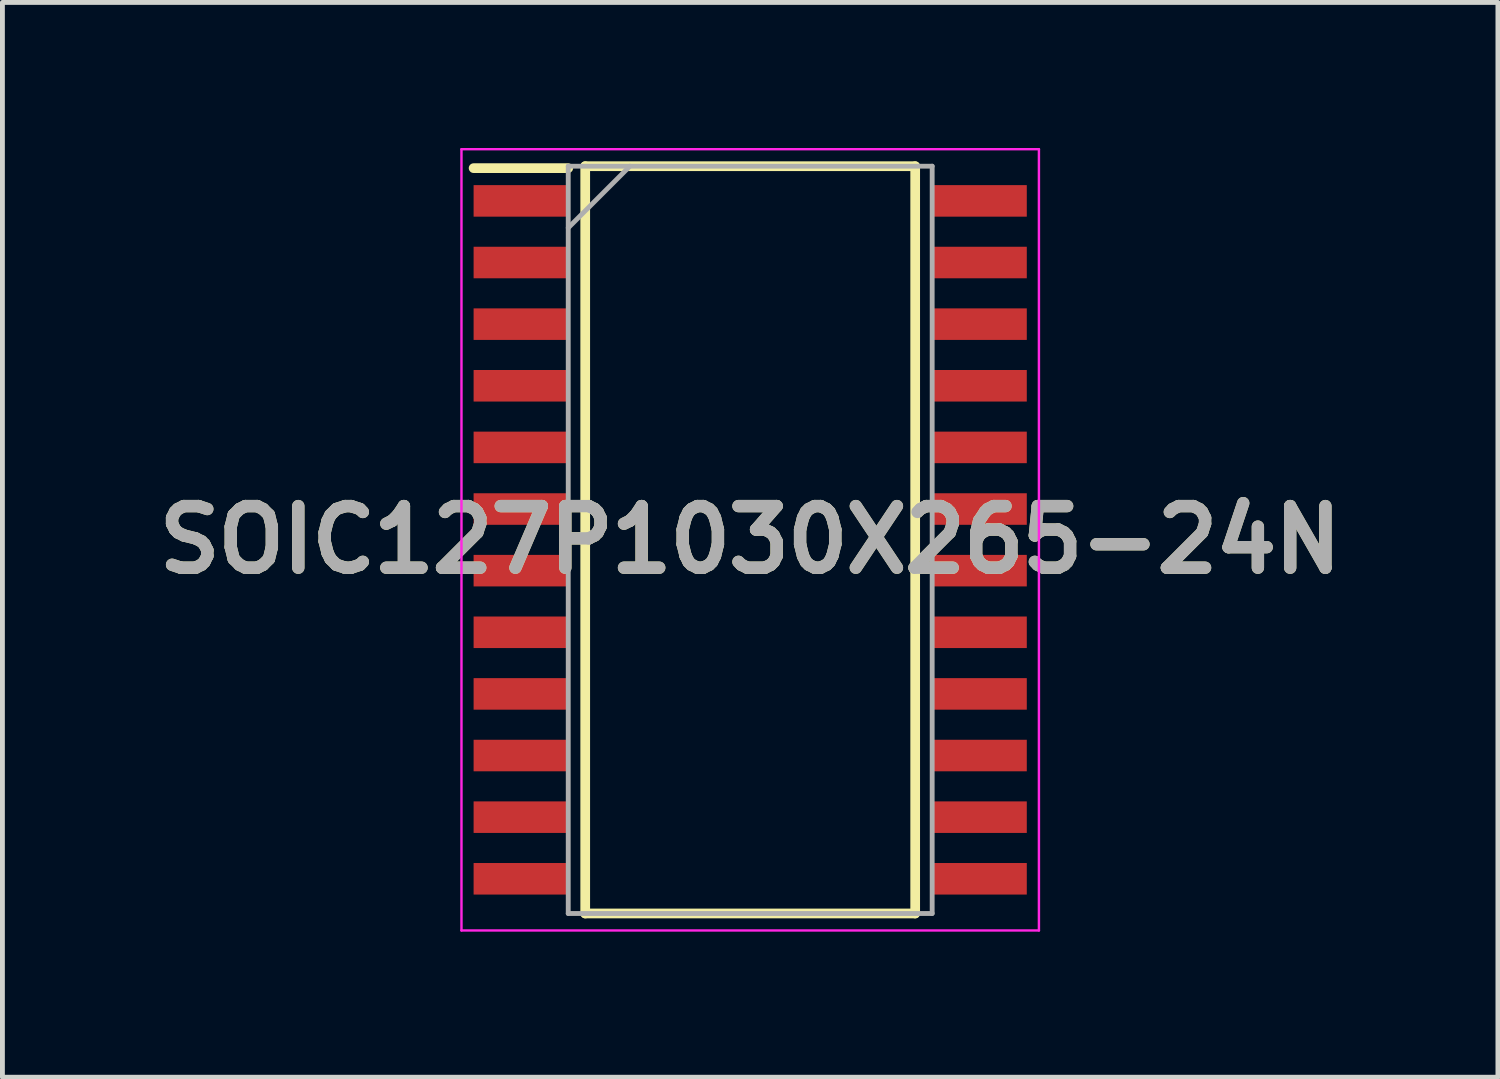
<source format=kicad_pcb>
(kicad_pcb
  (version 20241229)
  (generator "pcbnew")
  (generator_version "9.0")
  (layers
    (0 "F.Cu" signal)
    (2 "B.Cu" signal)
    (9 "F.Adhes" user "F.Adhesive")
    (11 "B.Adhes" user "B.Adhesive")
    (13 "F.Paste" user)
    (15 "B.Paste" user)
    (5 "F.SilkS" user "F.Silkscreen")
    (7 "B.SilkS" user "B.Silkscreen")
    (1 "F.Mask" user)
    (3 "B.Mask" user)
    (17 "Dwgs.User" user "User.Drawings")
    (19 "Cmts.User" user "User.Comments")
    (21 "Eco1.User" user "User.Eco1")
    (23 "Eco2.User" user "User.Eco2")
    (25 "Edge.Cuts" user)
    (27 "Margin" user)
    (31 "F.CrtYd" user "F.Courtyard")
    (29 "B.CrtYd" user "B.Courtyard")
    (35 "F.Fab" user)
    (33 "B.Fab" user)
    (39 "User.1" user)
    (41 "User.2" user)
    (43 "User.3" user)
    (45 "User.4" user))
  (footprint "SOIC127P1030X265-24N"
    (layer "F.Cu")
    (at 12.41 8.075)
    (property "Reference" "SOIC127P1030X265-24N" (at 0 0 0) (layer "F.SilkS") (effects (font (size 1.27 1.27) (thickness 0.254))))
    (attr smd)
    (fp_line (start -5.7 -7.66) (end -3.75 -7.66) (stroke (width 0.2) (type solid)) (layer "F.SilkS"))
    (fp_line (start -3.4 -7.7) (end 3.4 -7.7) (stroke (width 0.2) (type solid)) (layer "F.SilkS"))
    (fp_line (start -3.4 7.7) (end -3.4 -7.7) (stroke (width 0.2) (type solid)) (layer "F.SilkS"))
    (fp_line (start 3.4 -7.7) (end 3.4 7.7) (stroke (width 0.2) (type solid)) (layer "F.SilkS"))
    (fp_line (start 3.4 7.7) (end -3.4 7.7) (stroke (width 0.2) (type solid)) (layer "F.SilkS"))
    (fp_line (start -5.95 -8.05) (end 5.95 -8.05) (stroke (width 0.05) (type solid)) (layer "F.CrtYd"))
    (fp_line (start -5.95 8.05) (end -5.95 -8.05) (stroke (width 0.05) (type solid)) (layer "F.CrtYd"))
    (fp_line (start 5.95 -8.05) (end 5.95 8.05) (stroke (width 0.05) (type solid)) (layer "F.CrtYd"))
    (fp_line (start 5.95 8.05) (end -5.95 8.05) (stroke (width 0.05) (type solid)) (layer "F.CrtYd"))
    (fp_line (start -3.75 -7.7) (end 3.75 -7.7) (stroke (width 0.1) (type solid)) (layer "F.Fab"))
    (fp_line (start -3.75 -6.43) (end -2.48 -7.7) (stroke (width 0.1) (type solid)) (layer "F.Fab"))
    (fp_line (start -3.75 7.7) (end -3.75 -7.7) (stroke (width 0.1) (type solid)) (layer "F.Fab"))
    (fp_line (start 3.75 -7.7) (end 3.75 7.7) (stroke (width 0.1) (type solid)) (layer "F.Fab"))
    (fp_line (start 3.75 7.7) (end -3.75 7.7) (stroke (width 0.1) (type solid)) (layer "F.Fab"))
    (fp_text user "${REFERENCE}" (at 0 0 0) (layer "F.Fab") (effects (font (size 1.27 1.27) (thickness 0.254))))
    (pad "1" smd rect (at -4.725 -6.985 90) (size 0.65 1.95) (layers "F.Cu" "F.Mask" "F.Paste"))
    (pad "2" smd rect (at -4.725 -5.715 90) (size 0.65 1.95) (layers "F.Cu" "F.Mask" "F.Paste"))
    (pad "3" smd rect (at -4.725 -4.445 90) (size 0.65 1.95) (layers "F.Cu" "F.Mask" "F.Paste"))
    (pad "4" smd rect (at -4.725 -3.175 90) (size 0.65 1.95) (layers "F.Cu" "F.Mask" "F.Paste"))
    (pad "5" smd rect (at -4.725 -1.905 90) (size 0.65 1.95) (layers "F.Cu" "F.Mask" "F.Paste"))
    (pad "6" smd rect (at -4.725 -0.635 90) (size 0.65 1.95) (layers "F.Cu" "F.Mask" "F.Paste"))
    (pad "7" smd rect (at -4.725 0.635 90) (size 0.65 1.95) (layers "F.Cu" "F.Mask" "F.Paste"))
    (pad "8" smd rect (at -4.725 1.905 90) (size 0.65 1.95) (layers "F.Cu" "F.Mask" "F.Paste"))
    (pad "9" smd rect (at -4.725 3.175 90) (size 0.65 1.95) (layers "F.Cu" "F.Mask" "F.Paste"))
    (pad "10" smd rect (at -4.725 4.445 90) (size 0.65 1.95) (layers "F.Cu" "F.Mask" "F.Paste"))
    (pad "11" smd rect (at -4.725 5.715 90) (size 0.65 1.95) (layers "F.Cu" "F.Mask" "F.Paste"))
    (pad "12" smd rect (at -4.725 6.985 90) (size 0.65 1.95) (layers "F.Cu" "F.Mask" "F.Paste"))
    (pad "13" smd rect (at 4.725 6.985 90) (size 0.65 1.95) (layers "F.Cu" "F.Mask" "F.Paste"))
    (pad "14" smd rect (at 4.725 5.715 90) (size 0.65 1.95) (layers "F.Cu" "F.Mask" "F.Paste"))
    (pad "15" smd rect (at 4.725 4.445 90) (size 0.65 1.95) (layers "F.Cu" "F.Mask" "F.Paste"))
    (pad "16" smd rect (at 4.725 3.175 90) (size 0.65 1.95) (layers "F.Cu" "F.Mask" "F.Paste"))
    (pad "17" smd rect (at 4.725 1.905 90) (size 0.65 1.95) (layers "F.Cu" "F.Mask" "F.Paste"))
    (pad "18" smd rect (at 4.725 0.635 90) (size 0.65 1.95) (layers "F.Cu" "F.Mask" "F.Paste"))
    (pad "19" smd rect (at 4.725 -0.635 90) (size 0.65 1.95) (layers "F.Cu" "F.Mask" "F.Paste"))
    (pad "20" smd rect (at 4.725 -1.905 90) (size 0.65 1.95) (layers "F.Cu" "F.Mask" "F.Paste"))
    (pad "21" smd rect (at 4.725 -3.175 90) (size 0.65 1.95) (layers "F.Cu" "F.Mask" "F.Paste"))
    (pad "22" smd rect (at 4.725 -4.445 90) (size 0.65 1.95) (layers "F.Cu" "F.Mask" "F.Paste"))
    (pad "23" smd rect (at 4.725 -5.715 90) (size 0.65 1.95) (layers "F.Cu" "F.Mask" "F.Paste"))
    (pad "24" smd rect (at 4.725 -6.985 90) (size 0.65 1.95) (layers "F.Cu" "F.Mask" "F.Paste")))
  (gr_rect
    (start -3 -3)
    (end 27.819 19.15)
    (stroke (width 0.1) (type default))
    (fill no)
    (layer "Edge.Cuts")))
</source>
